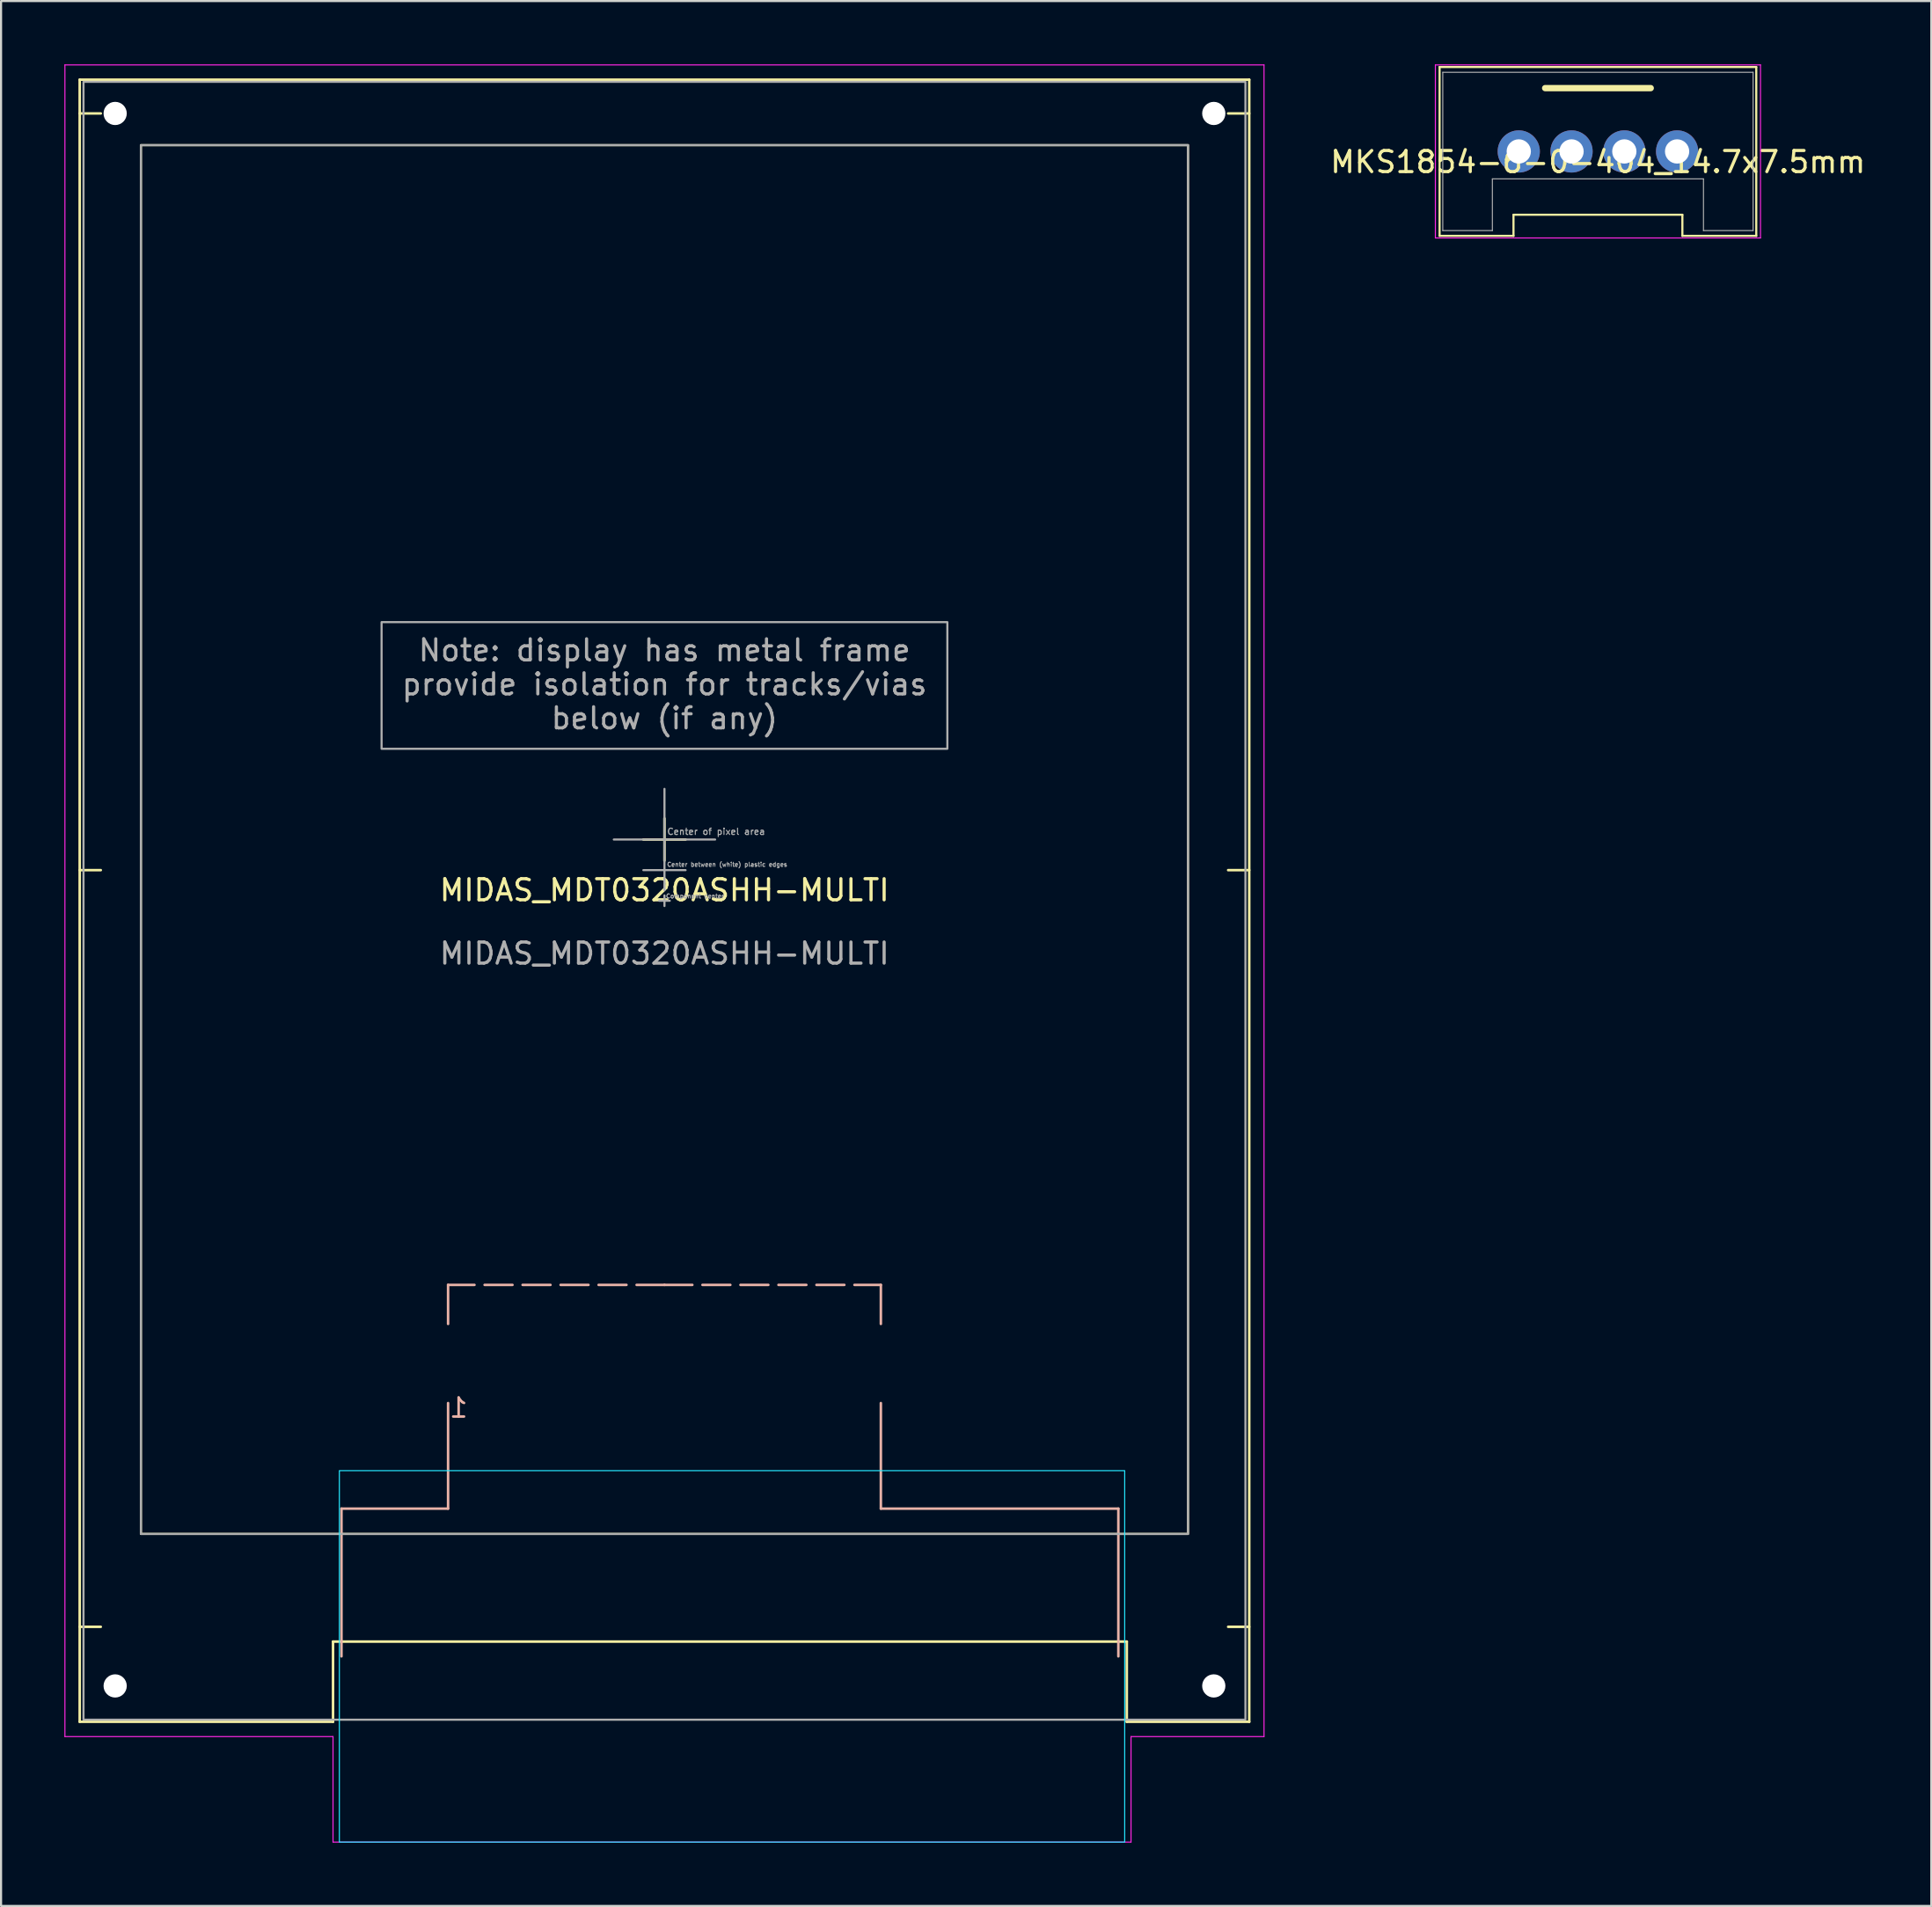
<source format=kicad_pcb>
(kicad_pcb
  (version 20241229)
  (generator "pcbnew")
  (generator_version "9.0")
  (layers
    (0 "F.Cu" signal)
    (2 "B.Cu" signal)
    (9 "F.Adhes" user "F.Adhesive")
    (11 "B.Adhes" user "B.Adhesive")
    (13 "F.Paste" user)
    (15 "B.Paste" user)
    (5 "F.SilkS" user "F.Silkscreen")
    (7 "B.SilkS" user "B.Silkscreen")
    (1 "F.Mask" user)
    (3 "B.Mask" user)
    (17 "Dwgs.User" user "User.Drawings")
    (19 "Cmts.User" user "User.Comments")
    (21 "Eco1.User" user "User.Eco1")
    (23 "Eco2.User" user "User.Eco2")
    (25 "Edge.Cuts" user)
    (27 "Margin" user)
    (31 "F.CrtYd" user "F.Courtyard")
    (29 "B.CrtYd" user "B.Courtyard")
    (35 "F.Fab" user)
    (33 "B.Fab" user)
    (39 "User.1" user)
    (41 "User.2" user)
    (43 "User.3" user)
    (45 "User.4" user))
  (footprint "MIDAS_MDT0320ASHH-MULTI"
    (layer "F.Cu")
    (at 28.425 39.625)
    (property "Reference" "MIDAS_MDT0320ASHH-MULTI" (at 0 -0.5 0) (unlocked yes) (layer "F.SilkS") (effects (font (size 1 1) (thickness 0.15))))
    (fp_line (start -27.7 -38.9) (end -27.7 38.9) (stroke (width 0.12) (type default)) (layer "F.SilkS"))
    (fp_line (start -26.7 -37.3) (end -27.7 -37.3) (stroke (width 0.12) (type default)) (layer "F.SilkS"))
    (fp_line (start -26.7 -1.45) (end -27.7 -1.45) (stroke (width 0.12) (type default)) (layer "F.SilkS"))
    (fp_line (start -26.7 34.4) (end -27.7 34.4) (stroke (width 0.12) (type default)) (layer "F.SilkS"))
    (fp_line (start -15.7 35.1) (end -15.7 38.9) (stroke (width 0.12) (type default)) (layer "F.SilkS"))
    (fp_line (start -15.7 38.9) (end -27.7 38.9) (stroke (width 0.12) (type default)) (layer "F.SilkS"))
    (fp_line (start 0 -2.9) (end -1 -2.9) (stroke (width 0.12) (type default)) (layer "F.SilkS"))
    (fp_line (start 0 -2.9) (end 0 -3.9) (stroke (width 0.12) (type default)) (layer "F.SilkS"))
    (fp_line (start 0 -2.9) (end 0 -1.9) (stroke (width 0.12) (type default)) (layer "F.SilkS"))
    (fp_line (start 0 -2.9) (end 1 -2.9) (stroke (width 0.12) (type default)) (layer "F.SilkS"))
    (fp_line (start 21.9 35.1) (end -15.7 35.1) (stroke (width 0.12) (type default)) (layer "F.SilkS"))
    (fp_line (start 21.9 35.1) (end 21.9 38.9) (stroke (width 0.12) (type default)) (layer "F.SilkS"))
    (fp_line (start 27.7 -38.9) (end -27.7 -38.9) (stroke (width 0.12) (type default)) (layer "F.SilkS"))
    (fp_line (start 27.7 -37.3) (end 26.7 -37.3) (stroke (width 0.12) (type default)) (layer "F.SilkS"))
    (fp_line (start 27.7 -1.45) (end 26.7 -1.45) (stroke (width 0.12) (type default)) (layer "F.SilkS"))
    (fp_line (start 27.7 34.4) (end 26.7 34.4) (stroke (width 0.12) (type default)) (layer "F.SilkS"))
    (fp_line (start 27.7 38.9) (end 21.9 38.9) (stroke (width 0.12) (type default)) (layer "F.SilkS"))
    (fp_line (start 27.7 38.9) (end 27.7 -38.9) (stroke (width 0.12) (type default)) (layer "F.SilkS"))
    (fp_rect (start -24.8 -35.8) (end 24.8 30) (stroke (width 0.1) (type default)) (fill no) (layer "F.SilkS"))
    (fp_line (start -15.3 35.8) (end -15.3 28.8) (stroke (width 0.12) (type default)) (layer "B.SilkS"))
    (fp_line (start -10.25 20.05) (end -10.25 18.2) (stroke (width 0.12) (type default)) (layer "B.SilkS"))
    (fp_line (start -10.25 28.8) (end -15.3 28.8) (stroke (width 0.12) (type default)) (layer "B.SilkS"))
    (fp_line (start -10.25 28.8) (end -10.25 23.8) (stroke (width 0.12) (type default)) (layer "B.SilkS"))
    (fp_line (start 0 18.2) (end -10.25 18.2) (stroke (width 0.12) (type dash)) (layer "B.SilkS"))
    (fp_line (start 0 18.2) (end 10.25 18.2) (stroke (width 0.12) (type dash)) (layer "B.SilkS"))
    (fp_line (start 10.25 20.05) (end 10.25 18.2) (stroke (width 0.12) (type default)) (layer "B.SilkS"))
    (fp_line (start 10.25 28.8) (end 10.25 23.8) (stroke (width 0.12) (type default)) (layer "B.SilkS"))
    (fp_line (start 10.25 28.8) (end 21.5 28.8) (stroke (width 0.12) (type default)) (layer "B.SilkS"))
    (fp_line (start 21.5 35.8) (end 21.5 28.8) (stroke (width 0.12) (type default)) (layer "B.SilkS"))
    (fp_line (start -15.2 36.3) (end -15.2 38.8) (stroke (width 0.12) (type default)) (layer "Eco1.User"))
    (fp_line (start 21.4 36.3) (end -15.2 36.3) (stroke (width 0.12) (type default)) (layer "Eco1.User"))
    (fp_line (start 21.4 38.8) (end 21.4 36.3) (stroke (width 0.12) (type default)) (layer "Eco1.User"))
    (fp_rect (start -10.25 18.2) (end -9.5 23.2) (stroke (width 0.12) (type default)) (fill no) (layer "Eco1.User"))
    (fp_rect (start -10.25 18.2) (end 10.25 23.2) (stroke (width 0.12) (type default)) (fill no) (layer "Eco1.User"))
    (fp_rect (start -15.4 27) (end 21.8 44.6) (stroke (width 0.05) (type default)) (fill no) (layer "B.CrtYd"))
    (fp_line (start -28.4 -39.6) (end -28.4 39.6) (stroke (width 0.05) (type default)) (layer "F.CrtYd"))
    (fp_line (start -28.4 -39.6) (end 28.4 -39.6) (stroke (width 0.05) (type default)) (layer "F.CrtYd"))
    (fp_line (start -28.4 39.6) (end -15.7 39.6) (stroke (width 0.05) (type default)) (layer "F.CrtYd"))
    (fp_line (start -15.7 39.6) (end -15.7 44.6) (stroke (width 0.05) (type default)) (layer "F.CrtYd"))
    (fp_line (start -15.7 44.6) (end 22.1 44.6) (stroke (width 0.05) (type default)) (layer "F.CrtYd"))
    (fp_line (start 22.1 39.6) (end 22.1 44.6) (stroke (width 0.05) (type default)) (layer "F.CrtYd"))
    (fp_line (start 28.4 -39.6) (end 28.4 39.6) (stroke (width 0.05) (type default)) (layer "F.CrtYd"))
    (fp_line (start 28.4 39.6) (end 22.1 39.6) (stroke (width 0.05) (type default)) (layer "F.CrtYd"))
    (fp_line (start -2.4 -2.9) (end 0 -2.9) (stroke (width 0.1) (type default)) (layer "F.Fab"))
    (fp_line (start -0.25 0) (end 0 0) (stroke (width 0.1) (type default)) (layer "F.Fab"))
    (fp_line (start 0 -5.3) (end 0 -2.9) (stroke (width 0.1) (type default)) (layer "F.Fab"))
    (fp_line (start 0 -1.45) (end -1 -1.45) (stroke (width 0.1) (type default)) (layer "F.Fab"))
    (fp_line (start 0 -1.45) (end 1 -1.45) (stroke (width 0.1) (type default)) (layer "F.Fab"))
    (fp_line (start 0 -0.5) (end 0 -2.9) (stroke (width 0.1) (type default)) (layer "F.Fab"))
    (fp_line (start 0 -0.25) (end 0 0) (stroke (width 0.1) (type default)) (layer "F.Fab"))
    (fp_line (start 0 0.25) (end 0 0) (stroke (width 0.1) (type default)) (layer "F.Fab"))
    (fp_line (start 0.25 0) (end 0 0) (stroke (width 0.1) (type default)) (layer "F.Fab"))
    (fp_line (start 2.4 -2.9) (end 0 -2.9) (stroke (width 0.1) (type default)) (layer "F.Fab"))
    (fp_rect (start -27.52 -38.8) (end 27.52 38.8) (stroke (width 0.1) (type default)) (fill no) (layer "F.Fab"))
    (fp_rect (start -24.8 -35.8) (end 24.8 30) (stroke (width 0.1) (type default)) (fill no) (layer "F.Fab"))
    (fp_text user "1" (at -9.75 23.5 0) (unlocked yes) (layer "B.SilkS") (effects (font (size 0.9 0.9) (thickness 0.12)) (justify top mirror)))
    (fp_text user "${REFERENCE}" (at 0 2.5 0) (unlocked yes) (layer "F.Fab") (effects (font (size 1 1) (thickness 0.15))))
    (fp_text user "Component center" (at 0.05 -0.1 0) (unlocked yes) (layer "F.Fab") (effects (font (size 0.2 0.2) (thickness 0.04) (bold yes)) (justify left bottom)))
    (fp_text user "Center of pixel area" (at 0.1 -3.1 0) (unlocked yes) (layer "F.Fab") (effects (font (size 0.3 0.3) (thickness 0.05) (bold yes)) (justify left bottom)))
    (fp_text user "Center between (white) plastic edges" (at 0.1 -1.6 0) (unlocked yes) (layer "F.Fab") (effects (font (size 0.2 0.2) (thickness 0.04) (bold yes)) (justify left bottom)))
    (fp_text_box "Note: display has metal frame\nprovide isolation for tracks/vias\nbelow (if any)\n" (start -13.4 -13.2) (end 13.4 -7.2) (margins 0.8 0.8 0.8 0.8) (layer "F.Fab") (effects (font (size 1 1) (thickness 0.15)) (justify top)) (border yes) (stroke (width 0.1) (type solid)))
    (pad "" np_thru_hole circle (at -26.02 -37.3) (size 1.1 1.1) (drill 1.1) (layers "*.Cu" "*.Mask"))
    (pad "" np_thru_hole circle (at -26.02 37.2) (size 1.1 1.1) (drill 1.1) (layers "*.Cu" "*.Mask"))
    (pad "" np_thru_hole circle (at 26.02 -37.3) (size 1.1 1.1) (drill 1.1) (layers "*.Cu" "*.Mask"))
    (pad "" np_thru_hole circle (at 26.02 37.2) (size 1.1 1.1) (drill 1.1) (layers "*.Cu" "*.Mask")))
  (footprint "MKS1854-6-0-404_14.7x7.5mm"
    (layer "F.Cu")
    (at 72.642 4.125)
    (property "Reference" "MKS1854-6-0-404_14.7x7.5mm" (at 0 0.5 0) (layer "F.SilkS") (effects (font (size 1 1) (thickness 0.15))))
    (attr through_hole)
    (fp_line (start -7.5 -4) (end 7.5 -4) (stroke (width 0.1) (type solid)) (layer "F.SilkS"))
    (fp_line (start -7.5 4) (end -7.5 -4) (stroke (width 0.1) (type solid)) (layer "F.SilkS"))
    (fp_line (start -4 3) (end -4 4) (stroke (width 0.1) (type solid)) (layer "F.SilkS"))
    (fp_line (start -4 4) (end -7.5 4) (stroke (width 0.1) (type solid)) (layer "F.SilkS"))
    (fp_line (start -2.5 -3) (end 2.5 -3) (stroke (width 0.3) (type solid)) (layer "F.SilkS"))
    (fp_line (start 4 3) (end -4 3) (stroke (width 0.1) (type solid)) (layer "F.SilkS"))
    (fp_line (start 4 4) (end 4 3) (stroke (width 0.1) (type solid)) (layer "F.SilkS"))
    (fp_line (start 7.5 -4) (end 7.5 4) (stroke (width 0.1) (type solid)) (layer "F.SilkS"))
    (fp_line (start 7.5 4) (end 4 4) (stroke (width 0.1) (type solid)) (layer "F.SilkS"))
    (fp_line (start -7.7 -4.1) (end 7.7 -4.1) (stroke (width 0.05) (type solid)) (layer "F.CrtYd"))
    (fp_line (start -7.7 4.1) (end -7.7 -4.1) (stroke (width 0.05) (type solid)) (layer "F.CrtYd"))
    (fp_line (start 7.7 -4.1) (end 7.7 4.1) (stroke (width 0.05) (type solid)) (layer "F.CrtYd"))
    (fp_line (start 7.7 4.1) (end -7.7 4.1) (stroke (width 0.05) (type solid)) (layer "F.CrtYd"))
    (fp_line (start -7.35 -3.75) (end 7.35 -3.75) (stroke (width 0.05) (type solid)) (layer "F.Fab"))
    (fp_line (start -7.35 3.75) (end -7.35 -3.75) (stroke (width 0.05) (type solid)) (layer "F.Fab"))
    (fp_line (start -7.35 3.75) (end -5 3.75) (stroke (width 0.05) (type solid)) (layer "F.Fab"))
    (fp_line (start -5 1.3) (end 5 1.3) (stroke (width 0.05) (type solid)) (layer "F.Fab"))
    (fp_line (start -5 3.75) (end -5 1.3) (stroke (width 0.05) (type solid)) (layer "F.Fab"))
    (fp_line (start 5 3.75) (end 5 1.3) (stroke (width 0.05) (type solid)) (layer "F.Fab"))
    (fp_line (start 5 3.75) (end 7.35 3.75) (stroke (width 0.05) (type solid)) (layer "F.Fab"))
    (fp_line (start 7.35 -3.75) (end 7.35 3.75) (stroke (width 0.05) (type solid)) (layer "F.Fab"))
    (pad "1" thru_hole circle (at 3.75 0) (size 2 2) (drill 1.15) (layers "*.Cu" "*.Mask"))
    (pad "2" thru_hole circle (at 1.25 0) (size 2 2) (drill 1.15) (layers "*.Cu" "*.Mask"))
    (pad "3" thru_hole circle (at -1.25 0) (size 2 2) (drill 1.15) (layers "*.Cu" "*.Mask"))
    (pad "4" thru_hole circle (at -3.75 0) (size 2 2) (drill 1.15) (layers "*.Cu" "*.Mask")))
  (gr_rect
    (start -3 -3)
    (end 88.433 87.25)
    (stroke (width 0.1) (type default))
    (fill no)
    (layer "Edge.Cuts")))
</source>
